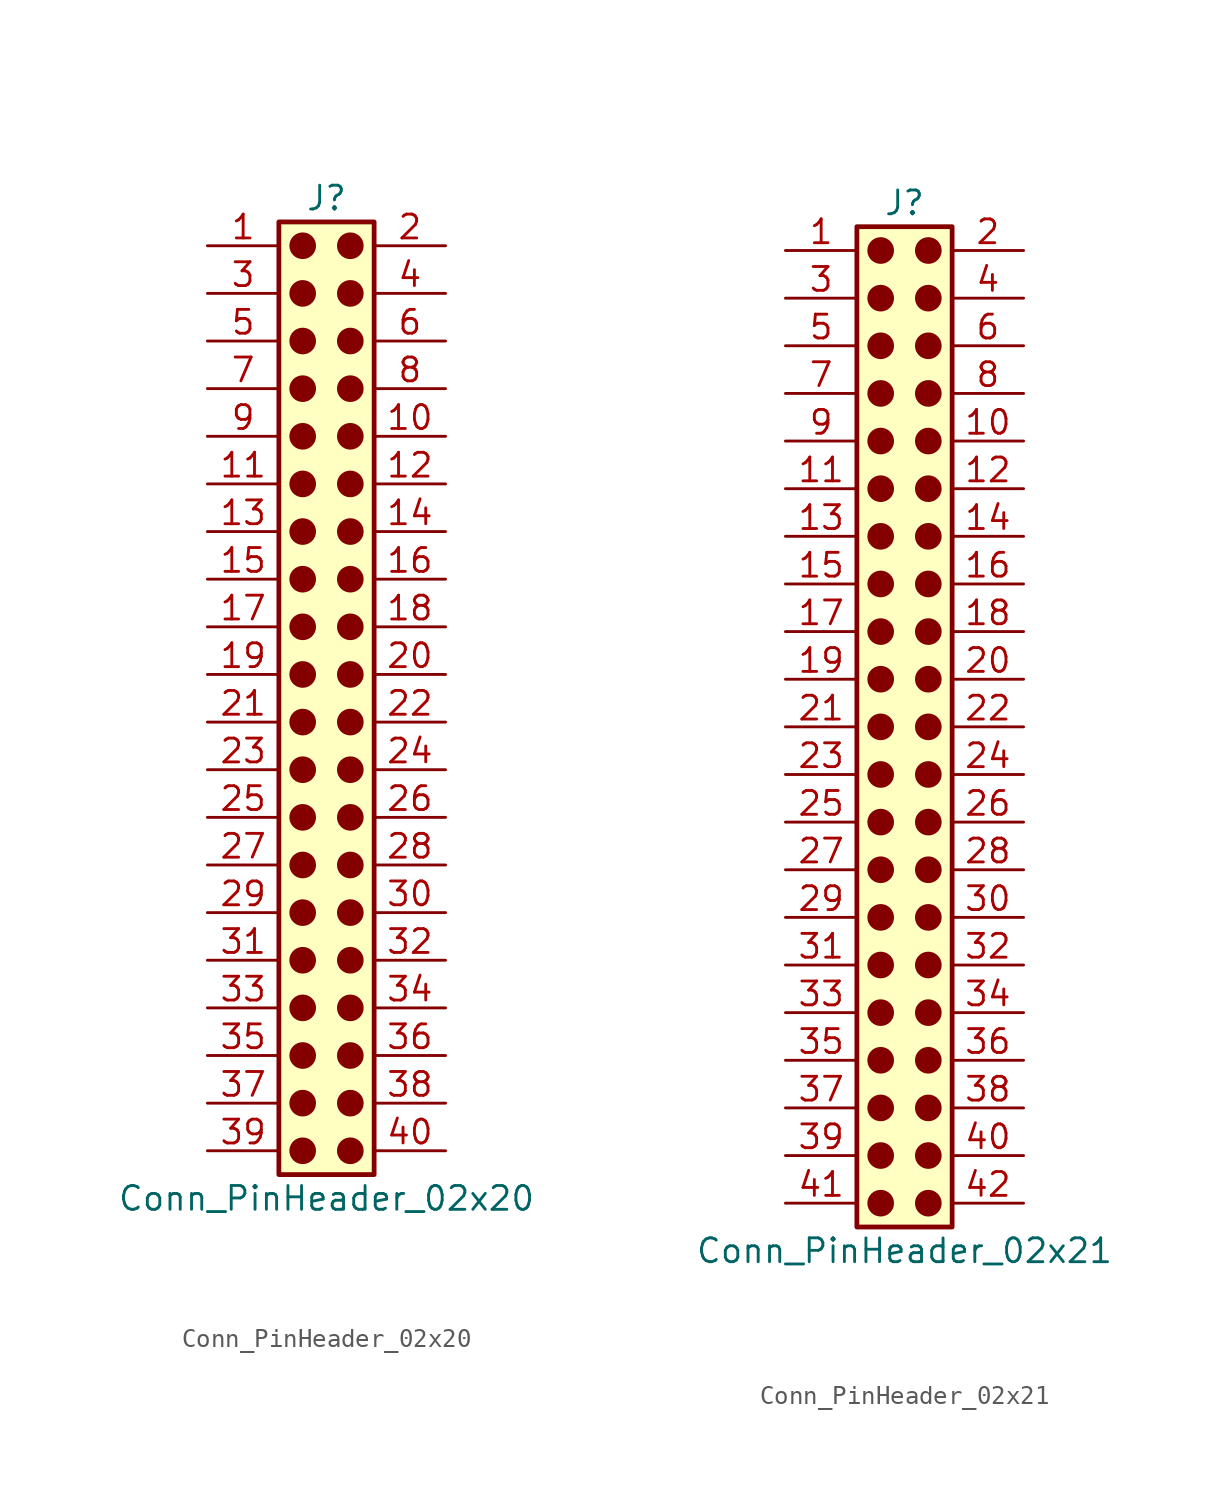
<source format=kicad_sym>
(kicad_symbol_lib
  (version 20241209)
  (generator "kicad_symbol_editor")
  (generator_version "9.0")
  (symbol "Conn_PinHeader_02x20"
    (pin_names
      (offset 1.016)
      (hide yes))
    (property "Reference" "J"
      (at 1.27 25.4 0)
      (effects (font (size 1.27 1.27))))
    (property "Value" "Conn_PinHeader_02x20"
      (at 1.27 -27.94 0)
      (effects (font (size 1.27 1.27))))
    (symbol "Conn_PinHeader_02x20_1_1"
      (rectangle (start -1.27 24.13) (end 3.81 -26.67) (stroke (width 0.254) (type default)) (fill (type background)))
      (circle (center 0 22.86) (radius 0.635) (stroke (width 0) (type solid) (color 132 0 0 1)) (fill (type outline)))
      (circle (center 0 20.32) (radius 0.635) (stroke (width 0) (type solid) (color 132 0 0 1)) (fill (type outline)))
      (circle (center 0 17.78) (radius 0.635) (stroke (width 0) (type solid) (color 132 0 0 1)) (fill (type outline)))
      (circle (center 0 15.24) (radius 0.635) (stroke (width 0) (type solid) (color 132 0 0 1)) (fill (type outline)))
      (circle (center 0 12.7) (radius 0.635) (stroke (width 0) (type solid) (color 132 0 0 1)) (fill (type outline)))
      (circle (center 0 10.16) (radius 0.635) (stroke (width 0) (type solid) (color 132 0 0 1)) (fill (type outline)))
      (circle (center 0 7.62) (radius 0.635) (stroke (width 0) (type solid) (color 132 0 0 1)) (fill (type outline)))
      (circle (center 0 5.08) (radius 0.635) (stroke (width 0) (type solid) (color 132 0 0 1)) (fill (type outline)))
      (circle (center 0 2.54) (radius 0.635) (stroke (width 0) (type solid) (color 132 0 0 1)) (fill (type outline)))
      (circle (center 0 0) (radius 0.635) (stroke (width 0) (type solid) (color 132 0 0 1)) (fill (type outline)))
      (circle (center 0 -2.54) (radius 0.635) (stroke (width 0) (type solid) (color 132 0 0 1)) (fill (type outline)))
      (circle (center 0 -5.08) (radius 0.635) (stroke (width 0) (type solid) (color 132 0 0 1)) (fill (type outline)))
      (circle (center 0 -7.62) (radius 0.635) (stroke (width 0) (type solid) (color 132 0 0 1)) (fill (type outline)))
      (circle (center 0 -10.16) (radius 0.635) (stroke (width 0) (type solid) (color 132 0 0 1)) (fill (type outline)))
      (circle (center 0 -12.7) (radius 0.635) (stroke (width 0) (type solid) (color 132 0 0 1)) (fill (type outline)))
      (circle (center 0 -15.24) (radius 0.635) (stroke (width 0) (type solid) (color 132 0 0 1)) (fill (type outline)))
      (circle (center 0 -17.78) (radius 0.635) (stroke (width 0) (type solid) (color 132 0 0 1)) (fill (type outline)))
      (circle (center 0 -20.32) (radius 0.635) (stroke (width 0) (type solid) (color 132 0 0 1)) (fill (type outline)))
      (circle (center 0 -22.86) (radius 0.635) (stroke (width 0) (type solid) (color 132 0 0 1)) (fill (type outline)))
      (circle (center 0 -25.4) (radius 0.635) (stroke (width 0) (type solid) (color 132 0 0 1)) (fill (type outline)))
      (circle (center 2.54 22.86) (radius 0.635) (stroke (width 0) (type solid) (color 132 0 0 1)) (fill (type outline)))
      (circle (center 2.54 20.32) (radius 0.635) (stroke (width 0) (type solid) (color 132 0 0 1)) (fill (type outline)))
      (circle (center 2.54 17.78) (radius 0.635) (stroke (width 0) (type solid) (color 132 0 0 1)) (fill (type outline)))
      (circle (center 2.54 15.24) (radius 0.635) (stroke (width 0) (type solid) (color 132 0 0 1)) (fill (type outline)))
      (circle (center 2.54 12.7) (radius 0.635) (stroke (width 0) (type solid) (color 132 0 0 1)) (fill (type outline)))
      (circle (center 2.54 10.16) (radius 0.635) (stroke (width 0) (type solid) (color 132 0 0 1)) (fill (type outline)))
      (circle (center 2.54 7.62) (radius 0.635) (stroke (width 0) (type solid) (color 132 0 0 1)) (fill (type outline)))
      (circle (center 2.54 5.08) (radius 0.635) (stroke (width 0) (type solid) (color 132 0 0 1)) (fill (type outline)))
      (circle (center 2.54 2.54) (radius 0.635) (stroke (width 0) (type solid) (color 132 0 0 1)) (fill (type outline)))
      (circle (center 2.54 0) (radius 0.635) (stroke (width 0) (type solid) (color 132 0 0 1)) (fill (type outline)))
      (circle (center 2.54 -2.54) (radius 0.635) (stroke (width 0) (type solid) (color 132 0 0 1)) (fill (type outline)))
      (circle (center 2.54 -5.08) (radius 0.635) (stroke (width 0) (type solid) (color 132 0 0 1)) (fill (type outline)))
      (circle (center 2.54 -7.62) (radius 0.635) (stroke (width 0) (type solid) (color 132 0 0 1)) (fill (type outline)))
      (circle (center 2.54 -10.16) (radius 0.635) (stroke (width 0) (type solid) (color 132 0 0 1)) (fill (type outline)))
      (circle (center 2.54 -12.7) (radius 0.635) (stroke (width 0) (type solid) (color 132 0 0 1)) (fill (type outline)))
      (circle (center 2.54 -15.24) (radius 0.635) (stroke (width 0) (type solid) (color 132 0 0 1)) (fill (type outline)))
      (circle (center 2.54 -17.78) (radius 0.635) (stroke (width 0) (type solid) (color 132 0 0 1)) (fill (type outline)))
      (circle (center 2.54 -20.32) (radius 0.635) (stroke (width 0) (type solid) (color 132 0 0 1)) (fill (type outline)))
      (circle (center 2.54 -22.86) (radius 0.635) (stroke (width 0) (type solid) (color 132 0 0 1)) (fill (type outline)))
      (circle (center 2.54 -25.4) (radius 0.635) (stroke (width 0) (type solid) (color 132 0 0 1)) (fill (type outline)))
      (pin passive line (at -5.08 22.86 0) (length 3.81) (name "Pin_1" (effects (font (size 1.27 1.27)))) (number "1" (effects (font (size 1.27 1.27)))))
      (pin passive line (at -5.08 20.32 0) (length 3.81) (name "Pin_3" (effects (font (size 1.27 1.27)))) (number "3" (effects (font (size 1.27 1.27)))))
      (pin passive line (at -5.08 17.78 0) (length 3.81) (name "Pin_5" (effects (font (size 1.27 1.27)))) (number "5" (effects (font (size 1.27 1.27)))))
      (pin passive line (at -5.08 15.24 0) (length 3.81) (name "Pin_7" (effects (font (size 1.27 1.27)))) (number "7" (effects (font (size 1.27 1.27)))))
      (pin passive line (at -5.08 12.7 0) (length 3.81) (name "Pin_9" (effects (font (size 1.27 1.27)))) (number "9" (effects (font (size 1.27 1.27)))))
      (pin passive line (at -5.08 10.16 0) (length 3.81) (name "Pin_11" (effects (font (size 1.27 1.27)))) (number "11" (effects (font (size 1.27 1.27)))))
      (pin passive line (at -5.08 7.62 0) (length 3.81) (name "Pin_13" (effects (font (size 1.27 1.27)))) (number "13" (effects (font (size 1.27 1.27)))))
      (pin passive line (at -5.08 5.08 0) (length 3.81) (name "Pin_15" (effects (font (size 1.27 1.27)))) (number "15" (effects (font (size 1.27 1.27)))))
      (pin passive line (at -5.08 2.54 0) (length 3.81) (name "Pin_17" (effects (font (size 1.27 1.27)))) (number "17" (effects (font (size 1.27 1.27)))))
      (pin passive line (at -5.08 0 0) (length 3.81) (name "Pin_19" (effects (font (size 1.27 1.27)))) (number "19" (effects (font (size 1.27 1.27)))))
      (pin passive line (at -5.08 -2.54 0) (length 3.81) (name "Pin_21" (effects (font (size 1.27 1.27)))) (number "21" (effects (font (size 1.27 1.27)))))
      (pin passive line (at -5.08 -5.08 0) (length 3.81) (name "Pin_23" (effects (font (size 1.27 1.27)))) (number "23" (effects (font (size 1.27 1.27)))))
      (pin passive line (at -5.08 -7.62 0) (length 3.81) (name "Pin_25" (effects (font (size 1.27 1.27)))) (number "25" (effects (font (size 1.27 1.27)))))
      (pin passive line (at -5.08 -10.16 0) (length 3.81) (name "Pin_27" (effects (font (size 1.27 1.27)))) (number "27" (effects (font (size 1.27 1.27)))))
      (pin passive line (at -5.08 -12.7 0) (length 3.81) (name "Pin_29" (effects (font (size 1.27 1.27)))) (number "29" (effects (font (size 1.27 1.27)))))
      (pin passive line (at -5.08 -15.24 0) (length 3.81) (name "Pin_31" (effects (font (size 1.27 1.27)))) (number "31" (effects (font (size 1.27 1.27)))))
      (pin passive line (at -5.08 -17.78 0) (length 3.81) (name "Pin_33" (effects (font (size 1.27 1.27)))) (number "33" (effects (font (size 1.27 1.27)))))
      (pin passive line (at -5.08 -20.32 0) (length 3.81) (name "Pin_35" (effects (font (size 1.27 1.27)))) (number "35" (effects (font (size 1.27 1.27)))))
      (pin passive line (at -5.08 -22.86 0) (length 3.81) (name "Pin_37" (effects (font (size 1.27 1.27)))) (number "37" (effects (font (size 1.27 1.27)))))
      (pin passive line (at -5.08 -25.4 0) (length 3.81) (name "Pin_39" (effects (font (size 1.27 1.27)))) (number "39" (effects (font (size 1.27 1.27)))))
      (pin passive line (at 7.62 22.86 180) (length 3.81) (name "Pin_2" (effects (font (size 1.27 1.27)))) (number "2" (effects (font (size 1.27 1.27)))))
      (pin passive line (at 7.62 20.32 180) (length 3.81) (name "Pin_4" (effects (font (size 1.27 1.27)))) (number "4" (effects (font (size 1.27 1.27)))))
      (pin passive line (at 7.62 17.78 180) (length 3.81) (name "Pin_6" (effects (font (size 1.27 1.27)))) (number "6" (effects (font (size 1.27 1.27)))))
      (pin passive line (at 7.62 15.24 180) (length 3.81) (name "Pin_8" (effects (font (size 1.27 1.27)))) (number "8" (effects (font (size 1.27 1.27)))))
      (pin passive line (at 7.62 12.7 180) (length 3.81) (name "Pin_10" (effects (font (size 1.27 1.27)))) (number "10" (effects (font (size 1.27 1.27)))))
      (pin passive line (at 7.62 10.16 180) (length 3.81) (name "Pin_12" (effects (font (size 1.27 1.27)))) (number "12" (effects (font (size 1.27 1.27)))))
      (pin passive line (at 7.62 7.62 180) (length 3.81) (name "Pin_14" (effects (font (size 1.27 1.27)))) (number "14" (effects (font (size 1.27 1.27)))))
      (pin passive line (at 7.62 5.08 180) (length 3.81) (name "Pin_16" (effects (font (size 1.27 1.27)))) (number "16" (effects (font (size 1.27 1.27)))))
      (pin passive line (at 7.62 2.54 180) (length 3.81) (name "Pin_18" (effects (font (size 1.27 1.27)))) (number "18" (effects (font (size 1.27 1.27)))))
      (pin passive line (at 7.62 0 180) (length 3.81) (name "Pin_20" (effects (font (size 1.27 1.27)))) (number "20" (effects (font (size 1.27 1.27)))))
      (pin passive line (at 7.62 -2.54 180) (length 3.81) (name "Pin_22" (effects (font (size 1.27 1.27)))) (number "22" (effects (font (size 1.27 1.27)))))
      (pin passive line (at 7.62 -5.08 180) (length 3.81) (name "Pin_24" (effects (font (size 1.27 1.27)))) (number "24" (effects (font (size 1.27 1.27)))))
      (pin passive line (at 7.62 -7.62 180) (length 3.81) (name "Pin_26" (effects (font (size 1.27 1.27)))) (number "26" (effects (font (size 1.27 1.27)))))
      (pin passive line (at 7.62 -10.16 180) (length 3.81) (name "Pin_28" (effects (font (size 1.27 1.27)))) (number "28" (effects (font (size 1.27 1.27)))))
      (pin passive line (at 7.62 -12.7 180) (length 3.81) (name "Pin_30" (effects (font (size 1.27 1.27)))) (number "30" (effects (font (size 1.27 1.27)))))
      (pin passive line (at 7.62 -15.24 180) (length 3.81) (name "Pin_32" (effects (font (size 1.27 1.27)))) (number "32" (effects (font (size 1.27 1.27)))))
      (pin passive line (at 7.62 -17.78 180) (length 3.81) (name "Pin_34" (effects (font (size 1.27 1.27)))) (number "34" (effects (font (size 1.27 1.27)))))
      (pin passive line (at 7.62 -20.32 180) (length 3.81) (name "Pin_36" (effects (font (size 1.27 1.27)))) (number "36" (effects (font (size 1.27 1.27)))))
      (pin passive line (at 7.62 -22.86 180) (length 3.81) (name "Pin_38" (effects (font (size 1.27 1.27)))) (number "38" (effects (font (size 1.27 1.27)))))
      (pin passive line (at 7.62 -25.4 180) (length 3.81) (name "Pin_40" (effects (font (size 1.27 1.27)))) (number "40" (effects (font (size 1.27 1.27)))))))
  (symbol "Conn_PinHeader_02x21"
    (pin_names
      (offset 1.016)
      (hide yes))
    (property "Reference" "J"
      (at 1.27 27.94 0)
      (effects (font (size 1.27 1.27))))
    (property "Value" "Conn_PinHeader_02x21"
      (at 1.27 -27.94 0)
      (effects (font (size 1.27 1.27))))
    (symbol "Conn_PinHeader_02x21_1_1"
      (rectangle (start -1.27 26.67) (end 3.81 -26.67) (stroke (width 0.254) (type default)) (fill (type background)))
      (circle (center 0 25.4) (radius 0.635) (stroke (width 0) (type solid) (color 132 0 0 1)) (fill (type outline)))
      (circle (center 0 22.86) (radius 0.635) (stroke (width 0) (type solid) (color 132 0 0 1)) (fill (type outline)))
      (circle (center 0 20.32) (radius 0.635) (stroke (width 0) (type solid) (color 132 0 0 1)) (fill (type outline)))
      (circle (center 0 17.78) (radius 0.635) (stroke (width 0) (type solid) (color 132 0 0 1)) (fill (type outline)))
      (circle (center 0 15.24) (radius 0.635) (stroke (width 0) (type solid) (color 132 0 0 1)) (fill (type outline)))
      (circle (center 0 12.7) (radius 0.635) (stroke (width 0) (type solid) (color 132 0 0 1)) (fill (type outline)))
      (circle (center 0 10.16) (radius 0.635) (stroke (width 0) (type solid) (color 132 0 0 1)) (fill (type outline)))
      (circle (center 0 7.62) (radius 0.635) (stroke (width 0) (type solid) (color 132 0 0 1)) (fill (type outline)))
      (circle (center 0 5.08) (radius 0.635) (stroke (width 0) (type solid) (color 132 0 0 1)) (fill (type outline)))
      (circle (center 0 2.54) (radius 0.635) (stroke (width 0) (type solid) (color 132 0 0 1)) (fill (type outline)))
      (circle (center 0 0) (radius 0.635) (stroke (width 0) (type solid) (color 132 0 0 1)) (fill (type outline)))
      (circle (center 0 -2.54) (radius 0.635) (stroke (width 0) (type solid) (color 132 0 0 1)) (fill (type outline)))
      (circle (center 0 -5.08) (radius 0.635) (stroke (width 0) (type solid) (color 132 0 0 1)) (fill (type outline)))
      (circle (center 0 -7.62) (radius 0.635) (stroke (width 0) (type solid) (color 132 0 0 1)) (fill (type outline)))
      (circle (center 0 -10.16) (radius 0.635) (stroke (width 0) (type solid) (color 132 0 0 1)) (fill (type outline)))
      (circle (center 0 -12.7) (radius 0.635) (stroke (width 0) (type solid) (color 132 0 0 1)) (fill (type outline)))
      (circle (center 0 -15.24) (radius 0.635) (stroke (width 0) (type solid) (color 132 0 0 1)) (fill (type outline)))
      (circle (center 0 -17.78) (radius 0.635) (stroke (width 0) (type solid) (color 132 0 0 1)) (fill (type outline)))
      (circle (center 0 -20.32) (radius 0.635) (stroke (width 0) (type solid) (color 132 0 0 1)) (fill (type outline)))
      (circle (center 0 -22.86) (radius 0.635) (stroke (width 0) (type solid) (color 132 0 0 1)) (fill (type outline)))
      (circle (center 0 -25.4) (radius 0.635) (stroke (width 0) (type solid) (color 132 0 0 1)) (fill (type outline)))
      (circle (center 2.54 25.4) (radius 0.635) (stroke (width 0) (type solid) (color 132 0 0 1)) (fill (type outline)))
      (circle (center 2.54 22.86) (radius 0.635) (stroke (width 0) (type solid) (color 132 0 0 1)) (fill (type outline)))
      (circle (center 2.54 20.32) (radius 0.635) (stroke (width 0) (type solid) (color 132 0 0 1)) (fill (type outline)))
      (circle (center 2.54 17.78) (radius 0.635) (stroke (width 0) (type solid) (color 132 0 0 1)) (fill (type outline)))
      (circle (center 2.54 15.24) (radius 0.635) (stroke (width 0) (type solid) (color 132 0 0 1)) (fill (type outline)))
      (circle (center 2.54 12.7) (radius 0.635) (stroke (width 0) (type solid) (color 132 0 0 1)) (fill (type outline)))
      (circle (center 2.54 10.16) (radius 0.635) (stroke (width 0) (type solid) (color 132 0 0 1)) (fill (type outline)))
      (circle (center 2.54 7.62) (radius 0.635) (stroke (width 0) (type solid) (color 132 0 0 1)) (fill (type outline)))
      (circle (center 2.54 5.08) (radius 0.635) (stroke (width 0) (type solid) (color 132 0 0 1)) (fill (type outline)))
      (circle (center 2.54 2.54) (radius 0.635) (stroke (width 0) (type solid) (color 132 0 0 1)) (fill (type outline)))
      (circle (center 2.54 0) (radius 0.635) (stroke (width 0) (type solid) (color 132 0 0 1)) (fill (type outline)))
      (circle (center 2.54 -2.54) (radius 0.635) (stroke (width 0) (type solid) (color 132 0 0 1)) (fill (type outline)))
      (circle (center 2.54 -5.08) (radius 0.635) (stroke (width 0) (type solid) (color 132 0 0 1)) (fill (type outline)))
      (circle (center 2.54 -7.62) (radius 0.635) (stroke (width 0) (type solid) (color 132 0 0 1)) (fill (type outline)))
      (circle (center 2.54 -10.16) (radius 0.635) (stroke (width 0) (type solid) (color 132 0 0 1)) (fill (type outline)))
      (circle (center 2.54 -12.7) (radius 0.635) (stroke (width 0) (type solid) (color 132 0 0 1)) (fill (type outline)))
      (circle (center 2.54 -15.24) (radius 0.635) (stroke (width 0) (type solid) (color 132 0 0 1)) (fill (type outline)))
      (circle (center 2.54 -17.78) (radius 0.635) (stroke (width 0) (type solid) (color 132 0 0 1)) (fill (type outline)))
      (circle (center 2.54 -20.32) (radius 0.635) (stroke (width 0) (type solid) (color 132 0 0 1)) (fill (type outline)))
      (circle (center 2.54 -22.86) (radius 0.635) (stroke (width 0) (type solid) (color 132 0 0 1)) (fill (type outline)))
      (circle (center 2.54 -25.4) (radius 0.635) (stroke (width 0) (type solid) (color 132 0 0 1)) (fill (type outline)))
      (pin passive line (at -5.08 25.4 0) (length 3.81) (name "Pin_1" (effects (font (size 1.27 1.27)))) (number "1" (effects (font (size 1.27 1.27)))))
      (pin passive line (at -5.08 22.86 0) (length 3.81) (name "Pin_3" (effects (font (size 1.27 1.27)))) (number "3" (effects (font (size 1.27 1.27)))))
      (pin passive line (at -5.08 20.32 0) (length 3.81) (name "Pin_5" (effects (font (size 1.27 1.27)))) (number "5" (effects (font (size 1.27 1.27)))))
      (pin passive line (at -5.08 17.78 0) (length 3.81) (name "Pin_7" (effects (font (size 1.27 1.27)))) (number "7" (effects (font (size 1.27 1.27)))))
      (pin passive line (at -5.08 15.24 0) (length 3.81) (name "Pin_9" (effects (font (size 1.27 1.27)))) (number "9" (effects (font (size 1.27 1.27)))))
      (pin passive line (at -5.08 12.7 0) (length 3.81) (name "Pin_11" (effects (font (size 1.27 1.27)))) (number "11" (effects (font (size 1.27 1.27)))))
      (pin passive line (at -5.08 10.16 0) (length 3.81) (name "Pin_13" (effects (font (size 1.27 1.27)))) (number "13" (effects (font (size 1.27 1.27)))))
      (pin passive line (at -5.08 7.62 0) (length 3.81) (name "Pin_15" (effects (font (size 1.27 1.27)))) (number "15" (effects (font (size 1.27 1.27)))))
      (pin passive line (at -5.08 5.08 0) (length 3.81) (name "Pin_17" (effects (font (size 1.27 1.27)))) (number "17" (effects (font (size 1.27 1.27)))))
      (pin passive line (at -5.08 2.54 0) (length 3.81) (name "Pin_19" (effects (font (size 1.27 1.27)))) (number "19" (effects (font (size 1.27 1.27)))))
      (pin passive line (at -5.08 0 0) (length 3.81) (name "Pin_21" (effects (font (size 1.27 1.27)))) (number "21" (effects (font (size 1.27 1.27)))))
      (pin passive line (at -5.08 -2.54 0) (length 3.81) (name "Pin_23" (effects (font (size 1.27 1.27)))) (number "23" (effects (font (size 1.27 1.27)))))
      (pin passive line (at -5.08 -5.08 0) (length 3.81) (name "Pin_25" (effects (font (size 1.27 1.27)))) (number "25" (effects (font (size 1.27 1.27)))))
      (pin passive line (at -5.08 -7.62 0) (length 3.81) (name "Pin_27" (effects (font (size 1.27 1.27)))) (number "27" (effects (font (size 1.27 1.27)))))
      (pin passive line (at -5.08 -10.16 0) (length 3.81) (name "Pin_29" (effects (font (size 1.27 1.27)))) (number "29" (effects (font (size 1.27 1.27)))))
      (pin passive line (at -5.08 -12.7 0) (length 3.81) (name "Pin_31" (effects (font (size 1.27 1.27)))) (number "31" (effects (font (size 1.27 1.27)))))
      (pin passive line (at -5.08 -15.24 0) (length 3.81) (name "Pin_33" (effects (font (size 1.27 1.27)))) (number "33" (effects (font (size 1.27 1.27)))))
      (pin passive line (at -5.08 -17.78 0) (length 3.81) (name "Pin_35" (effects (font (size 1.27 1.27)))) (number "35" (effects (font (size 1.27 1.27)))))
      (pin passive line (at -5.08 -20.32 0) (length 3.81) (name "Pin_37" (effects (font (size 1.27 1.27)))) (number "37" (effects (font (size 1.27 1.27)))))
      (pin passive line (at -5.08 -22.86 0) (length 3.81) (name "Pin_39" (effects (font (size 1.27 1.27)))) (number "39" (effects (font (size 1.27 1.27)))))
      (pin passive line (at -5.08 -25.4 0) (length 3.81) (name "Pin_41" (effects (font (size 1.27 1.27)))) (number "41" (effects (font (size 1.27 1.27)))))
      (pin passive line (at 7.62 25.4 180) (length 3.81) (name "Pin_2" (effects (font (size 1.27 1.27)))) (number "2" (effects (font (size 1.27 1.27)))))
      (pin passive line (at 7.62 22.86 180) (length 3.81) (name "Pin_4" (effects (font (size 1.27 1.27)))) (number "4" (effects (font (size 1.27 1.27)))))
      (pin passive line (at 7.62 20.32 180) (length 3.81) (name "Pin_6" (effects (font (size 1.27 1.27)))) (number "6" (effects (font (size 1.27 1.27)))))
      (pin passive line (at 7.62 17.78 180) (length 3.81) (name "Pin_8" (effects (font (size 1.27 1.27)))) (number "8" (effects (font (size 1.27 1.27)))))
      (pin passive line (at 7.62 15.24 180) (length 3.81) (name "Pin_10" (effects (font (size 1.27 1.27)))) (number "10" (effects (font (size 1.27 1.27)))))
      (pin passive line (at 7.62 12.7 180) (length 3.81) (name "Pin_12" (effects (font (size 1.27 1.27)))) (number "12" (effects (font (size 1.27 1.27)))))
      (pin passive line (at 7.62 10.16 180) (length 3.81) (name "Pin_14" (effects (font (size 1.27 1.27)))) (number "14" (effects (font (size 1.27 1.27)))))
      (pin passive line (at 7.62 7.62 180) (length 3.81) (name "Pin_16" (effects (font (size 1.27 1.27)))) (number "16" (effects (font (size 1.27 1.27)))))
      (pin passive line (at 7.62 5.08 180) (length 3.81) (name "Pin_18" (effects (font (size 1.27 1.27)))) (number "18" (effects (font (size 1.27 1.27)))))
      (pin passive line (at 7.62 2.54 180) (length 3.81) (name "Pin_20" (effects (font (size 1.27 1.27)))) (number "20" (effects (font (size 1.27 1.27)))))
      (pin passive line (at 7.62 0 180) (length 3.81) (name "Pin_22" (effects (font (size 1.27 1.27)))) (number "22" (effects (font (size 1.27 1.27)))))
      (pin passive line (at 7.62 -2.54 180) (length 3.81) (name "Pin_24" (effects (font (size 1.27 1.27)))) (number "24" (effects (font (size 1.27 1.27)))))
      (pin passive line (at 7.62 -5.08 180) (length 3.81) (name "Pin_26" (effects (font (size 1.27 1.27)))) (number "26" (effects (font (size 1.27 1.27)))))
      (pin passive line (at 7.62 -7.62 180) (length 3.81) (name "Pin_28" (effects (font (size 1.27 1.27)))) (number "28" (effects (font (size 1.27 1.27)))))
      (pin passive line (at 7.62 -10.16 180) (length 3.81) (name "Pin_30" (effects (font (size 1.27 1.27)))) (number "30" (effects (font (size 1.27 1.27)))))
      (pin passive line (at 7.62 -12.7 180) (length 3.81) (name "Pin_32" (effects (font (size 1.27 1.27)))) (number "32" (effects (font (size 1.27 1.27)))))
      (pin passive line (at 7.62 -15.24 180) (length 3.81) (name "Pin_34" (effects (font (size 1.27 1.27)))) (number "34" (effects (font (size 1.27 1.27)))))
      (pin passive line (at 7.62 -17.78 180) (length 3.81) (name "Pin_36" (effects (font (size 1.27 1.27)))) (number "36" (effects (font (size 1.27 1.27)))))
      (pin passive line (at 7.62 -20.32 180) (length 3.81) (name "Pin_38" (effects (font (size 1.27 1.27)))) (number "38" (effects (font (size 1.27 1.27)))))
      (pin passive line (at 7.62 -22.86 180) (length 3.81) (name "Pin_40" (effects (font (size 1.27 1.27)))) (number "40" (effects (font (size 1.27 1.27)))))
      (pin passive line (at 7.62 -25.4 180) (length 3.81) (name "Pin_42" (effects (font (size 1.27 1.27)))) (number "42" (effects (font (size 1.27 1.27))))))))
</source>
